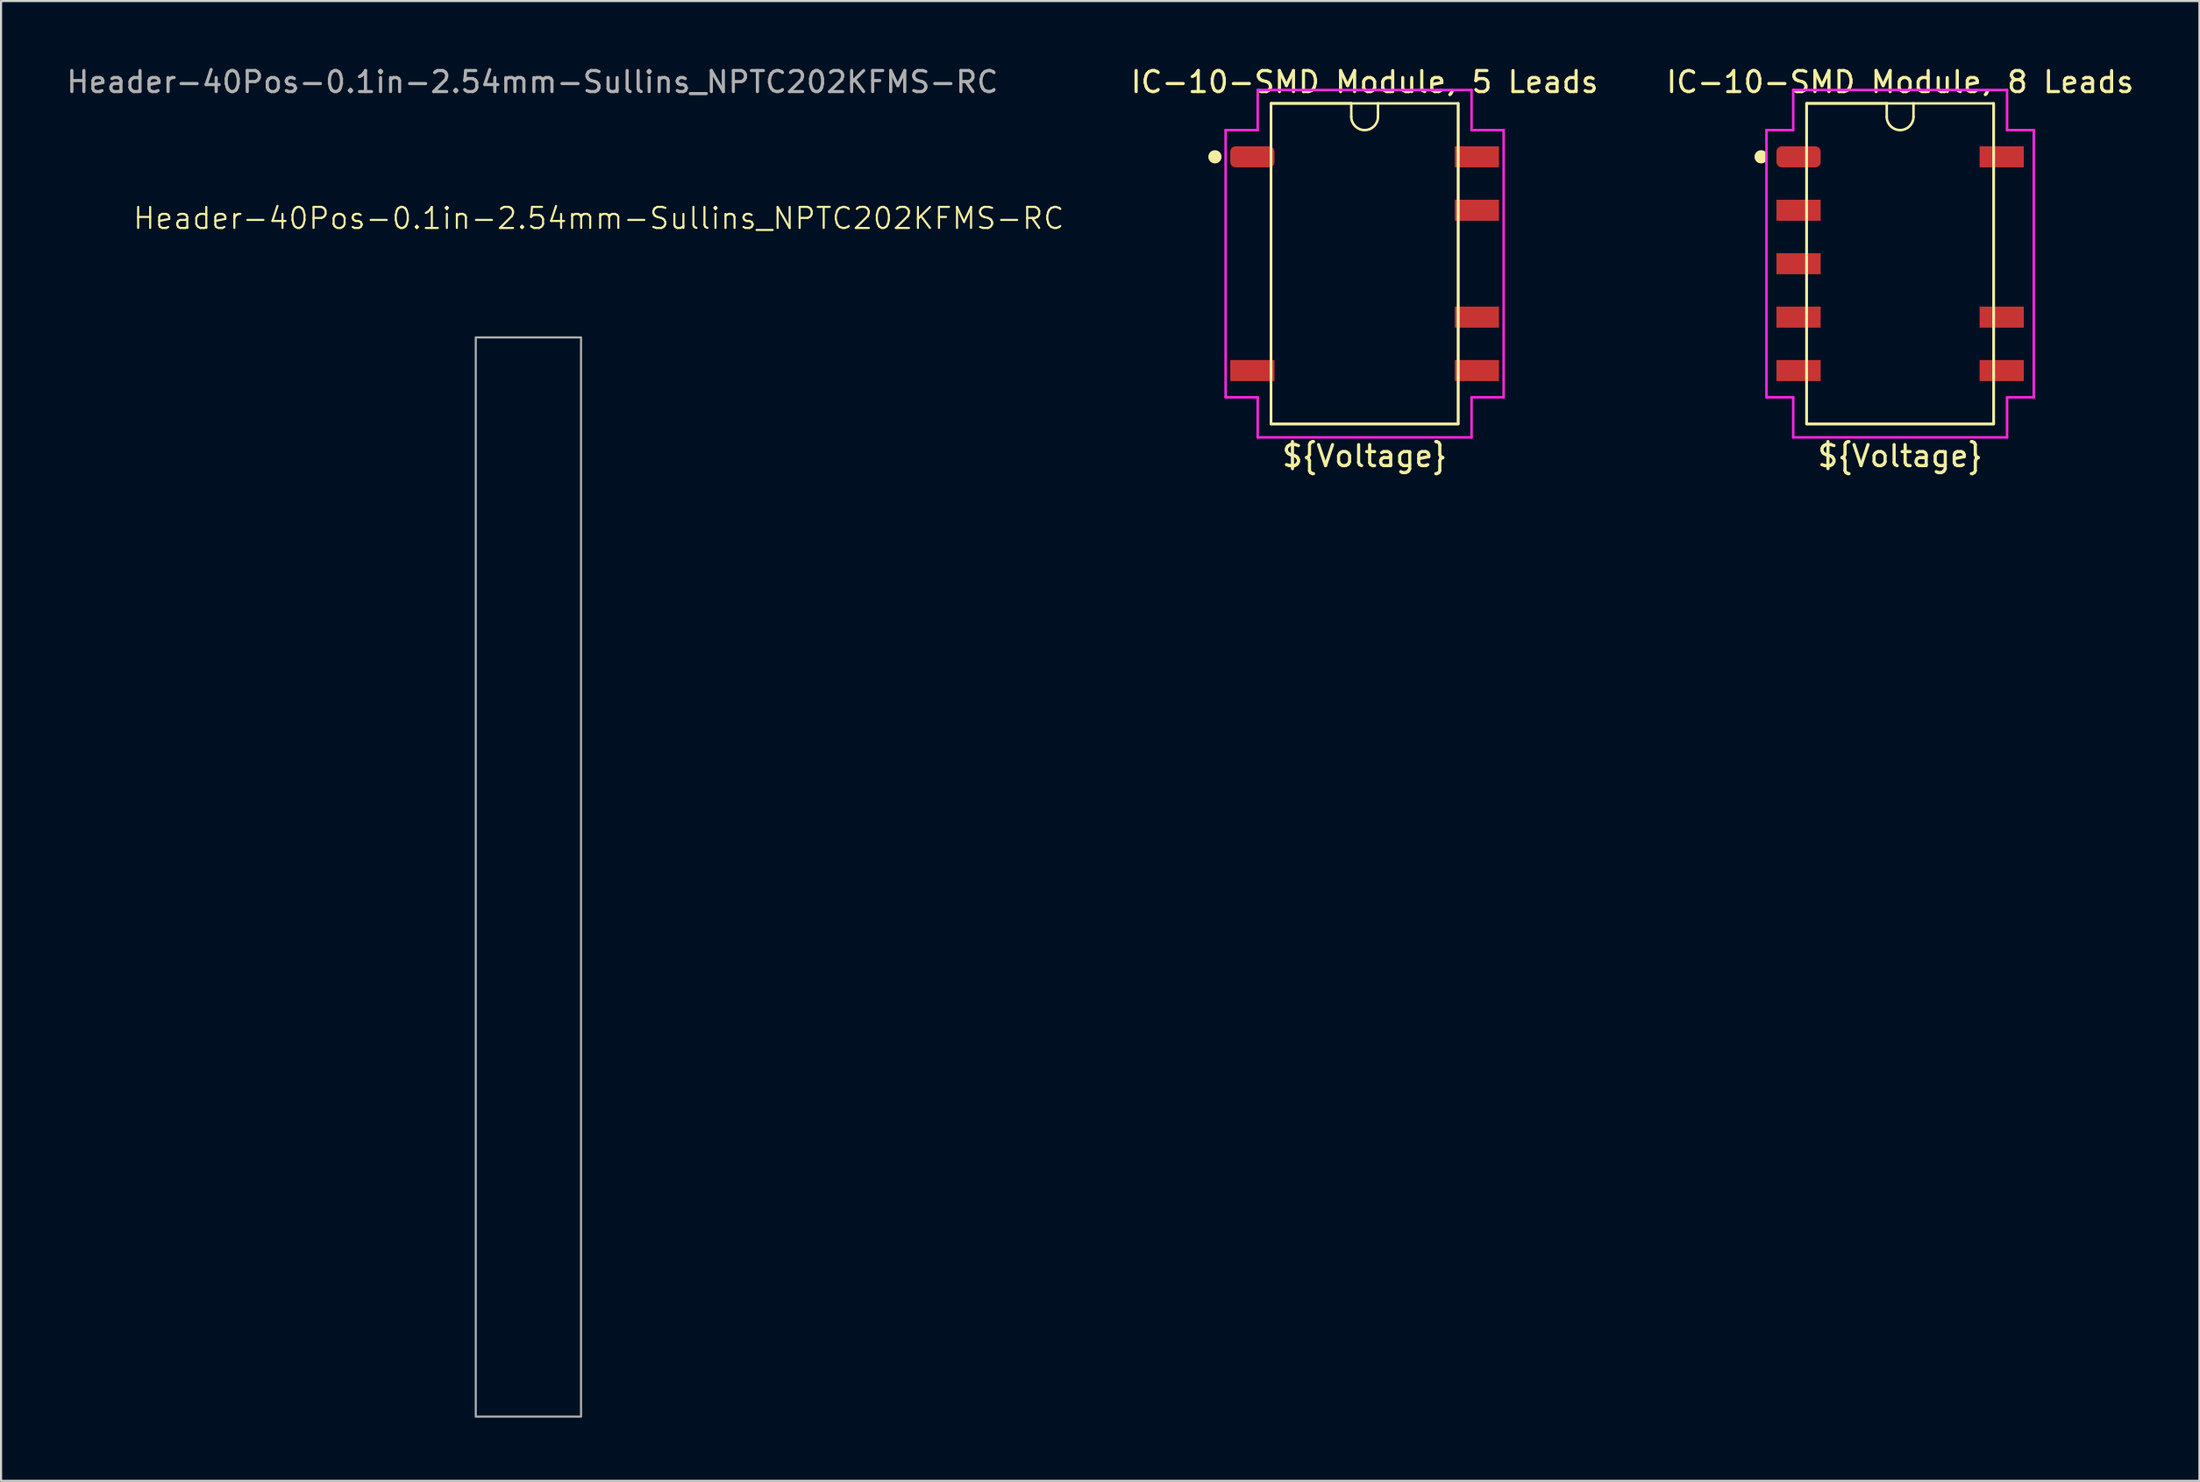
<source format=kicad_pcb>
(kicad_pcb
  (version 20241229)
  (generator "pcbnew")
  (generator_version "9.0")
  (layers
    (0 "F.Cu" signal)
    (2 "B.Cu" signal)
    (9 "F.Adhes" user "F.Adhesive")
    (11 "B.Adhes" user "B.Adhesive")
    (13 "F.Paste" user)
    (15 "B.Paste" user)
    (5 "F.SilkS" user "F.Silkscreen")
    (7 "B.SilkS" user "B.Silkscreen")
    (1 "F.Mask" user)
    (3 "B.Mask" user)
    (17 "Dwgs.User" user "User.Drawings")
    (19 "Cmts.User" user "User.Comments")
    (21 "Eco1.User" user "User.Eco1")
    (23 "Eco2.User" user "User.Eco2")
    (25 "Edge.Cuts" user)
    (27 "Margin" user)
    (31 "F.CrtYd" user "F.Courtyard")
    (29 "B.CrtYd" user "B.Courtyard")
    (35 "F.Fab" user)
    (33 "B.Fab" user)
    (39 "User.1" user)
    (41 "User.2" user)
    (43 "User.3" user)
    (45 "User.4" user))
  (footprint "IC-10-SMD Module, 5 Leads"
    (layer "F.Cu")
    (at 61.783 9.484)
    (property "Reference" "IC-10-SMD Module, 5 Leads" (at 0 -8.636 0) (unlocked yes) (layer "F.SilkS") (effects (font (size 1 1) (thickness 0.15))))
    (attr smd)
    (fp_line (start -4.445 -7.62) (end -4.445 7.62) (stroke (width 0.12) (type solid)) (layer "F.SilkS"))
    (fp_line (start -4.445 7.62) (end 4.445 7.62) (stroke (width 0.12) (type solid)) (layer "F.SilkS"))
    (fp_line (start -0.635 -7.62) (end -4.445 -7.62) (stroke (width 0.12) (type solid)) (layer "F.SilkS"))
    (fp_line (start -0.635 -6.985) (end -0.635 -7.62) (stroke (width 0.12) (type solid)) (layer "F.SilkS"))
    (fp_line (start 0.635 -6.985) (end 0.635 -7.62) (stroke (width 0.12) (type solid)) (layer "F.SilkS"))
    (fp_line (start 4.445 7.62) (end 4.445 -7.62) (stroke (width 0.12) (type solid)) (layer "F.SilkS"))
    (fp_rect (start -4.445 -7.62) (end 4.445 7.62) (stroke (width 0.12) (type solid)) (fill no) (layer "F.SilkS"))
    (fp_arc (start 0.635 -6.985) (mid 0 -6.35) (end -0.635 -6.985) (stroke (width 0.12) (type solid)) (layer "F.SilkS"))
    (fp_circle (center -7.112 -5.08) (end -6.858 -5.08) (stroke (width 0.12) (type solid)) (fill yes) (layer "F.SilkS"))
    (fp_line (start -6.604 -6.35) (end -5.08 -6.35) (stroke (width 0.12) (type solid)) (layer "F.CrtYd"))
    (fp_line (start -6.604 6.35) (end -6.604 -6.35) (stroke (width 0.12) (type solid)) (layer "F.CrtYd"))
    (fp_line (start -5.08 -8.255) (end 5.08 -8.255) (stroke (width 0.12) (type solid)) (layer "F.CrtYd"))
    (fp_line (start -5.08 -6.35) (end -5.08 -8.255) (stroke (width 0.12) (type solid)) (layer "F.CrtYd"))
    (fp_line (start -5.08 6.35) (end -6.604 6.35) (stroke (width 0.12) (type solid)) (layer "F.CrtYd"))
    (fp_line (start -5.08 8.255) (end -5.08 6.35) (stroke (width 0.12) (type solid)) (layer "F.CrtYd"))
    (fp_line (start 5.08 -8.255) (end 5.08 -6.35) (stroke (width 0.12) (type solid)) (layer "F.CrtYd"))
    (fp_line (start 5.08 -6.35) (end 6.604 -6.35) (stroke (width 0.12) (type solid)) (layer "F.CrtYd"))
    (fp_line (start 5.08 6.35) (end 5.08 8.255) (stroke (width 0.12) (type solid)) (layer "F.CrtYd"))
    (fp_line (start 5.08 8.255) (end -5.08 8.255) (stroke (width 0.12) (type solid)) (layer "F.CrtYd"))
    (fp_line (start 6.604 -6.35) (end 6.604 6.35) (stroke (width 0.12) (type solid)) (layer "F.CrtYd"))
    (fp_line (start 6.604 6.35) (end 5.08 6.35) (stroke (width 0.12) (type solid)) (layer "F.CrtYd"))
    (fp_text user "${Voltage}" (at 0 9.144 0) (layer "F.SilkS") (effects (font (size 1 1) (thickness 0.15))))
    (pad "1" smd roundrect (at -5.334 -5.08) (size 2.1 1) (layers "F.Cu" "F.Mask" "F.Paste") (roundrect_rratio 0.25))
    (pad "5" smd rect (at -5.334 5.08) (size 2.1 1) (layers "F.Cu" "F.Mask" "F.Paste"))
    (pad "6" smd rect (at 5.334 5.08) (size 2.1 1) (layers "F.Cu" "F.Mask" "F.Paste"))
    (pad "7" smd rect (at 5.334 2.54) (size 2.1 1) (layers "F.Cu" "F.Mask" "F.Paste"))
    (pad "9" smd rect (at 5.334 -2.54) (size 2.1 1) (layers "F.Cu" "F.Mask" "F.Paste"))
    (pad "10" smd rect (at 5.334 -5.08) (size 2.1 1) (layers "F.Cu" "F.Mask" "F.Paste")))
  (footprint "Header-40Pos-0.1in-2.54mm-Sullins_NPTC202KFMS-RC"
    (layer "F.Cu")
    (at 22.054 38.638)
    (property "Reference" "Header-40Pos-0.1in-2.54mm-Sullins_NPTC202KFMS-RC" (at 3.34 -31.31 0) (unlocked yes) (layer "F.SilkS") (effects (font (size 1 1) (thickness 0.1))))
    (attr smd)
    (fp_rect (start -2.5 -25.65) (end 2.5 25.65) (stroke (width 0.1) (type default)) (fill no) (layer "F.Fab"))
    (fp_text user "${REFERENCE}" (at 0.19 -37.79 0) (unlocked yes) (layer "F.Fab") (effects (font (size 1 1) (thickness 0.15)))))
  (footprint "IC-10-SMD Module, 8 Leads"
    (layer "F.Cu")
    (at 87.224 9.484)
    (property "Reference" "IC-10-SMD Module, 8 Leads" (at 0 -8.636 0) (unlocked yes) (layer "F.SilkS") (effects (font (size 1 1) (thickness 0.15))))
    (attr smd)
    (fp_line (start -4.445 -7.62) (end -4.445 7.62) (stroke (width 0.12) (type solid)) (layer "F.SilkS"))
    (fp_line (start -4.445 7.62) (end 4.445 7.62) (stroke (width 0.12) (type solid)) (layer "F.SilkS"))
    (fp_line (start -0.635 -7.62) (end -4.445 -7.62) (stroke (width 0.12) (type solid)) (layer "F.SilkS"))
    (fp_line (start -0.635 -6.985) (end -0.635 -7.62) (stroke (width 0.12) (type solid)) (layer "F.SilkS"))
    (fp_line (start 0.635 -6.985) (end 0.635 -7.62) (stroke (width 0.12) (type solid)) (layer "F.SilkS"))
    (fp_line (start 4.445 7.62) (end 4.445 -7.62) (stroke (width 0.12) (type solid)) (layer "F.SilkS"))
    (fp_rect (start -4.445 -7.62) (end 4.445 7.62) (stroke (width 0.12) (type solid)) (fill no) (layer "F.SilkS"))
    (fp_arc (start 0.635 -6.985) (mid 0 -6.35) (end -0.635 -6.985) (stroke (width 0.12) (type solid)) (layer "F.SilkS"))
    (fp_circle (center -6.604 -5.08) (end -6.35 -5.08) (stroke (width 0.12) (type solid)) (fill yes) (layer "F.SilkS"))
    (fp_line (start -6.35 -6.35) (end -5.08 -6.35) (stroke (width 0.12) (type solid)) (layer "F.CrtYd"))
    (fp_line (start -6.35 6.35) (end -6.35 -6.35) (stroke (width 0.12) (type solid)) (layer "F.CrtYd"))
    (fp_line (start -5.08 -8.255) (end 5.08 -8.255) (stroke (width 0.12) (type solid)) (layer "F.CrtYd"))
    (fp_line (start -5.08 -6.35) (end -5.08 -8.255) (stroke (width 0.12) (type solid)) (layer "F.CrtYd"))
    (fp_line (start -5.08 6.35) (end -6.35 6.35) (stroke (width 0.12) (type solid)) (layer "F.CrtYd"))
    (fp_line (start -5.08 8.255) (end -5.08 6.35) (stroke (width 0.12) (type solid)) (layer "F.CrtYd"))
    (fp_line (start 5.08 -8.255) (end 5.08 -6.35) (stroke (width 0.12) (type solid)) (layer "F.CrtYd"))
    (fp_line (start 5.08 -6.35) (end 6.35 -6.35) (stroke (width 0.12) (type solid)) (layer "F.CrtYd"))
    (fp_line (start 5.08 6.35) (end 5.08 8.255) (stroke (width 0.12) (type solid)) (layer "F.CrtYd"))
    (fp_line (start 5.08 8.255) (end -5.08 8.255) (stroke (width 0.12) (type solid)) (layer "F.CrtYd"))
    (fp_line (start 6.35 -6.35) (end 6.35 6.35) (stroke (width 0.12) (type solid)) (layer "F.CrtYd"))
    (fp_line (start 6.35 6.35) (end 5.08 6.35) (stroke (width 0.12) (type solid)) (layer "F.CrtYd"))
    (fp_text user "${Voltage}" (at 0 9.144 0) (layer "F.SilkS") (effects (font (size 1 1) (thickness 0.15))))
    (pad "1" smd roundrect (at -4.826 -5.08) (size 2.1 1) (layers "F.Cu" "F.Mask" "F.Paste") (roundrect_rratio 0.25))
    (pad "2" smd rect (at -4.826 -2.54) (size 2.1 1) (layers "F.Cu" "F.Mask" "F.Paste"))
    (pad "3" smd rect (at -4.826 0) (size 2.1 1) (layers "F.Cu" "F.Mask" "F.Paste"))
    (pad "4" smd rect (at -4.826 2.54) (size 2.1 1) (layers "F.Cu" "F.Mask" "F.Paste"))
    (pad "5" smd rect (at -4.826 5.08) (size 2.1 1) (layers "F.Cu" "F.Mask" "F.Paste"))
    (pad "6" smd rect (at 4.826 5.08) (size 2.1 1) (layers "F.Cu" "F.Mask" "F.Paste"))
    (pad "7" smd rect (at 4.826 2.54) (size 2.1 1) (layers "F.Cu" "F.Mask" "F.Paste"))
    (pad "10" smd rect (at 4.826 -5.08) (size 2.1 1) (layers "F.Cu" "F.Mask" "F.Paste")))
  (gr_rect
    (start -3 -3)
    (end 101.444 67.338)
    (stroke (width 0.1) (type default))
    (fill no)
    (layer "Edge.Cuts")))
</source>
